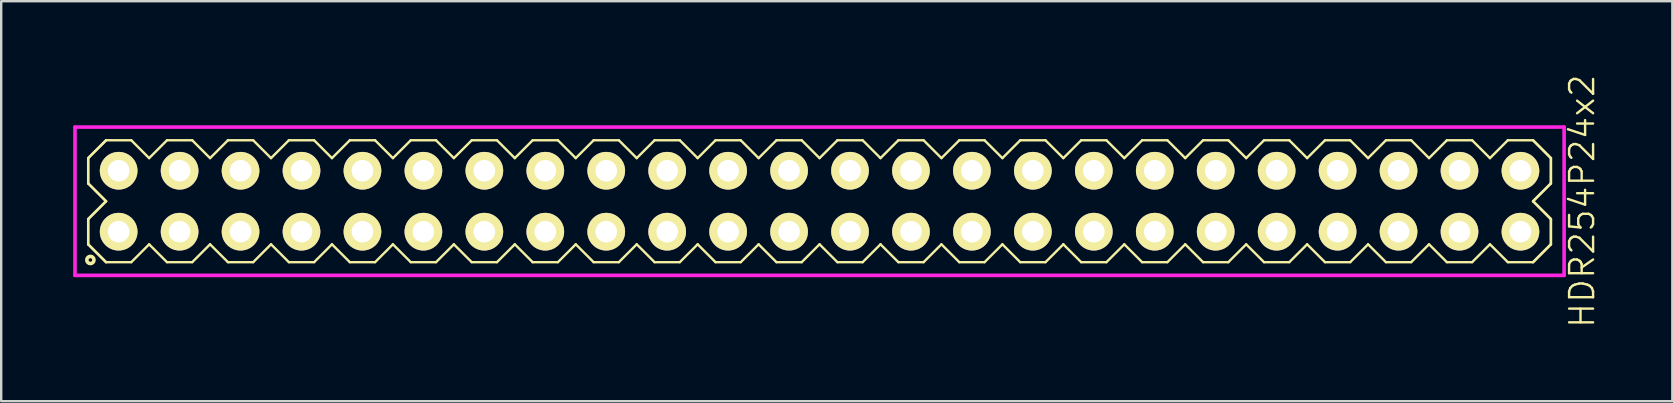
<source format=kicad_pcb>
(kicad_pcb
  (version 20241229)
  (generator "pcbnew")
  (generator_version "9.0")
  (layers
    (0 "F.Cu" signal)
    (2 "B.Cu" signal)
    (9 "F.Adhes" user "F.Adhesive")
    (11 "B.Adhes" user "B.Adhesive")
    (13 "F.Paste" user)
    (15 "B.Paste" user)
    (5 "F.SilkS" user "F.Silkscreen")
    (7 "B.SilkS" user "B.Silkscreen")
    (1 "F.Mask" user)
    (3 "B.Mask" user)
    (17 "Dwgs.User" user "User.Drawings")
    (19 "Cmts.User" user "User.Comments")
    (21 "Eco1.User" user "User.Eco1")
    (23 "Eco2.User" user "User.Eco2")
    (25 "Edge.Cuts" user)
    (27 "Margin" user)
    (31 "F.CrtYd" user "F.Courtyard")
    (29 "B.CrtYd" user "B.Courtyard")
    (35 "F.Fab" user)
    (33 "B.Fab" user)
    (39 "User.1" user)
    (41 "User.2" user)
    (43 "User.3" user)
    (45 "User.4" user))
  (footprint "HDR254P24x2"
    (layer "F.Cu")
    (at 31.105 5.336)
    (property "Reference" "HDR254P24x2" (at 31.78 0 90) (layer "F.SilkS") (effects (font (size 1 1) (thickness 0.1))))
    (attr through_hole)
    (fp_line (start -30.48 -1.796) (end -29.736 -2.54) (stroke (width 0.1) (type solid)) (layer "F.SilkS"))
    (fp_line (start -30.48 -1.796) (end -29.736 -2.54) (stroke (width 0.1) (type solid)) (layer "F.SilkS"))
    (fp_line (start -30.48 -0.744) (end -30.48 -1.796) (stroke (width 0.1) (type solid)) (layer "F.SilkS"))
    (fp_line (start -30.48 -0.744) (end -30.48 -1.796) (stroke (width 0.1) (type solid)) (layer "F.SilkS"))
    (fp_line (start -30.48 0.744) (end -29.736 0) (stroke (width 0.1) (type solid)) (layer "F.SilkS"))
    (fp_line (start -30.48 0.744) (end -29.736 0) (stroke (width 0.1) (type solid)) (layer "F.SilkS"))
    (fp_line (start -30.48 1.796) (end -30.48 0.744) (stroke (width 0.1) (type solid)) (layer "F.SilkS"))
    (fp_line (start -30.48 1.796) (end -30.48 0.744) (stroke (width 0.1) (type solid)) (layer "F.SilkS"))
    (fp_line (start -29.736 -2.54) (end -28.684 -2.54) (stroke (width 0.1) (type solid)) (layer "F.SilkS"))
    (fp_line (start -29.736 0) (end -30.48 -0.744) (stroke (width 0.1) (type solid)) (layer "F.SilkS"))
    (fp_line (start -29.736 0) (end -30.48 -0.744) (stroke (width 0.1) (type solid)) (layer "F.SilkS"))
    (fp_line (start -29.736 2.54) (end -30.48 1.796) (stroke (width 0.1) (type solid)) (layer "F.SilkS"))
    (fp_line (start -29.736 2.54) (end -30.48 1.796) (stroke (width 0.1) (type solid)) (layer "F.SilkS"))
    (fp_line (start -28.684 -2.54) (end -27.94 -1.796) (stroke (width 0.1) (type solid)) (layer "F.SilkS"))
    (fp_line (start -28.684 2.54) (end -29.736 2.54) (stroke (width 0.1) (type solid)) (layer "F.SilkS"))
    (fp_line (start -27.94 -1.796) (end -27.196 -2.54) (stroke (width 0.1) (type solid)) (layer "F.SilkS"))
    (fp_line (start -27.94 1.796) (end -28.684 2.54) (stroke (width 0.1) (type solid)) (layer "F.SilkS"))
    (fp_line (start -27.196 -2.54) (end -26.144 -2.54) (stroke (width 0.1) (type solid)) (layer "F.SilkS"))
    (fp_line (start -27.196 2.54) (end -27.94 1.796) (stroke (width 0.1) (type solid)) (layer "F.SilkS"))
    (fp_line (start -26.144 -2.54) (end -25.4 -1.796) (stroke (width 0.1) (type solid)) (layer "F.SilkS"))
    (fp_line (start -26.144 2.54) (end -27.196 2.54) (stroke (width 0.1) (type solid)) (layer "F.SilkS"))
    (fp_line (start -25.4 -1.796) (end -24.656 -2.54) (stroke (width 0.1) (type solid)) (layer "F.SilkS"))
    (fp_line (start -25.4 1.796) (end -26.144 2.54) (stroke (width 0.1) (type solid)) (layer "F.SilkS"))
    (fp_line (start -24.656 -2.54) (end -23.604 -2.54) (stroke (width 0.1) (type solid)) (layer "F.SilkS"))
    (fp_line (start -24.656 2.54) (end -25.4 1.796) (stroke (width 0.1) (type solid)) (layer "F.SilkS"))
    (fp_line (start -23.604 -2.54) (end -22.86 -1.796) (stroke (width 0.1) (type solid)) (layer "F.SilkS"))
    (fp_line (start -23.604 2.54) (end -24.656 2.54) (stroke (width 0.1) (type solid)) (layer "F.SilkS"))
    (fp_line (start -22.86 -1.796) (end -22.116 -2.54) (stroke (width 0.1) (type solid)) (layer "F.SilkS"))
    (fp_line (start -22.86 1.796) (end -23.604 2.54) (stroke (width 0.1) (type solid)) (layer "F.SilkS"))
    (fp_line (start -22.116 -2.54) (end -21.064 -2.54) (stroke (width 0.1) (type solid)) (layer "F.SilkS"))
    (fp_line (start -22.116 2.54) (end -22.86 1.796) (stroke (width 0.1) (type solid)) (layer "F.SilkS"))
    (fp_line (start -21.064 -2.54) (end -20.32 -1.796) (stroke (width 0.1) (type solid)) (layer "F.SilkS"))
    (fp_line (start -21.064 2.54) (end -22.116 2.54) (stroke (width 0.1) (type solid)) (layer "F.SilkS"))
    (fp_line (start -20.32 -1.796) (end -19.576 -2.54) (stroke (width 0.1) (type solid)) (layer "F.SilkS"))
    (fp_line (start -20.32 1.796) (end -21.064 2.54) (stroke (width 0.1) (type solid)) (layer "F.SilkS"))
    (fp_line (start -19.576 -2.54) (end -18.524 -2.54) (stroke (width 0.1) (type solid)) (layer "F.SilkS"))
    (fp_line (start -19.576 2.54) (end -20.32 1.796) (stroke (width 0.1) (type solid)) (layer "F.SilkS"))
    (fp_line (start -18.524 -2.54) (end -17.78 -1.796) (stroke (width 0.1) (type solid)) (layer "F.SilkS"))
    (fp_line (start -18.524 2.54) (end -19.576 2.54) (stroke (width 0.1) (type solid)) (layer "F.SilkS"))
    (fp_line (start -17.78 -1.796) (end -17.036 -2.54) (stroke (width 0.1) (type solid)) (layer "F.SilkS"))
    (fp_line (start -17.78 1.796) (end -18.524 2.54) (stroke (width 0.1) (type solid)) (layer "F.SilkS"))
    (fp_line (start -17.036 -2.54) (end -15.984 -2.54) (stroke (width 0.1) (type solid)) (layer "F.SilkS"))
    (fp_line (start -17.036 2.54) (end -17.78 1.796) (stroke (width 0.1) (type solid)) (layer "F.SilkS"))
    (fp_line (start -15.984 -2.54) (end -15.24 -1.796) (stroke (width 0.1) (type solid)) (layer "F.SilkS"))
    (fp_line (start -15.984 2.54) (end -17.036 2.54) (stroke (width 0.1) (type solid)) (layer "F.SilkS"))
    (fp_line (start -15.24 -1.796) (end -14.496 -2.54) (stroke (width 0.1) (type solid)) (layer "F.SilkS"))
    (fp_line (start -15.24 1.796) (end -15.984 2.54) (stroke (width 0.1) (type solid)) (layer "F.SilkS"))
    (fp_line (start -14.496 -2.54) (end -13.444 -2.54) (stroke (width 0.1) (type solid)) (layer "F.SilkS"))
    (fp_line (start -14.496 2.54) (end -15.24 1.796) (stroke (width 0.1) (type solid)) (layer "F.SilkS"))
    (fp_line (start -13.444 -2.54) (end -12.7 -1.796) (stroke (width 0.1) (type solid)) (layer "F.SilkS"))
    (fp_line (start -13.444 2.54) (end -14.496 2.54) (stroke (width 0.1) (type solid)) (layer "F.SilkS"))
    (fp_line (start -12.7 -1.796) (end -11.956 -2.54) (stroke (width 0.1) (type solid)) (layer "F.SilkS"))
    (fp_line (start -12.7 1.796) (end -13.444 2.54) (stroke (width 0.1) (type solid)) (layer "F.SilkS"))
    (fp_line (start -11.956 -2.54) (end -10.904 -2.54) (stroke (width 0.1) (type solid)) (layer "F.SilkS"))
    (fp_line (start -11.956 2.54) (end -12.7 1.796) (stroke (width 0.1) (type solid)) (layer "F.SilkS"))
    (fp_line (start -10.904 -2.54) (end -10.16 -1.796) (stroke (width 0.1) (type solid)) (layer "F.SilkS"))
    (fp_line (start -10.904 2.54) (end -11.956 2.54) (stroke (width 0.1) (type solid)) (layer "F.SilkS"))
    (fp_line (start -10.16 -1.796) (end -9.416 -2.54) (stroke (width 0.1) (type solid)) (layer "F.SilkS"))
    (fp_line (start -10.16 1.796) (end -10.904 2.54) (stroke (width 0.1) (type solid)) (layer "F.SilkS"))
    (fp_line (start -9.416 -2.54) (end -8.364 -2.54) (stroke (width 0.1) (type solid)) (layer "F.SilkS"))
    (fp_line (start -9.416 2.54) (end -10.16 1.796) (stroke (width 0.1) (type solid)) (layer "F.SilkS"))
    (fp_line (start -8.364 -2.54) (end -7.62 -1.796) (stroke (width 0.1) (type solid)) (layer "F.SilkS"))
    (fp_line (start -8.364 2.54) (end -9.416 2.54) (stroke (width 0.1) (type solid)) (layer "F.SilkS"))
    (fp_line (start -7.62 -1.796) (end -6.876 -2.54) (stroke (width 0.1) (type solid)) (layer "F.SilkS"))
    (fp_line (start -7.62 1.796) (end -8.364 2.54) (stroke (width 0.1) (type solid)) (layer "F.SilkS"))
    (fp_line (start -6.876 -2.54) (end -5.824 -2.54) (stroke (width 0.1) (type solid)) (layer "F.SilkS"))
    (fp_line (start -6.876 2.54) (end -7.62 1.796) (stroke (width 0.1) (type solid)) (layer "F.SilkS"))
    (fp_line (start -5.824 -2.54) (end -5.08 -1.796) (stroke (width 0.1) (type solid)) (layer "F.SilkS"))
    (fp_line (start -5.824 2.54) (end -6.876 2.54) (stroke (width 0.1) (type solid)) (layer "F.SilkS"))
    (fp_line (start -5.08 -1.796) (end -4.336 -2.54) (stroke (width 0.1) (type solid)) (layer "F.SilkS"))
    (fp_line (start -5.08 1.796) (end -5.824 2.54) (stroke (width 0.1) (type solid)) (layer "F.SilkS"))
    (fp_line (start -4.336 -2.54) (end -3.284 -2.54) (stroke (width 0.1) (type solid)) (layer "F.SilkS"))
    (fp_line (start -4.336 2.54) (end -5.08 1.796) (stroke (width 0.1) (type solid)) (layer "F.SilkS"))
    (fp_line (start -3.284 -2.54) (end -2.54 -1.796) (stroke (width 0.1) (type solid)) (layer "F.SilkS"))
    (fp_line (start -3.284 2.54) (end -4.336 2.54) (stroke (width 0.1) (type solid)) (layer "F.SilkS"))
    (fp_line (start -2.54 -1.796) (end -1.796 -2.54) (stroke (width 0.1) (type solid)) (layer "F.SilkS"))
    (fp_line (start -2.54 1.796) (end -3.284 2.54) (stroke (width 0.1) (type solid)) (layer "F.SilkS"))
    (fp_line (start -1.796 -2.54) (end -0.744 -2.54) (stroke (width 0.1) (type solid)) (layer "F.SilkS"))
    (fp_line (start -1.796 2.54) (end -2.54 1.796) (stroke (width 0.1) (type solid)) (layer "F.SilkS"))
    (fp_line (start -0.744 -2.54) (end 0 -1.796) (stroke (width 0.1) (type solid)) (layer "F.SilkS"))
    (fp_line (start -0.744 2.54) (end -1.796 2.54) (stroke (width 0.1) (type solid)) (layer "F.SilkS"))
    (fp_line (start 0 -1.796) (end 0.744 -2.54) (stroke (width 0.1) (type solid)) (layer "F.SilkS"))
    (fp_line (start 0 1.796) (end -0.744 2.54) (stroke (width 0.1) (type solid)) (layer "F.SilkS"))
    (fp_line (start 0.744 -2.54) (end 1.796 -2.54) (stroke (width 0.1) (type solid)) (layer "F.SilkS"))
    (fp_line (start 0.744 2.54) (end 0 1.796) (stroke (width 0.1) (type solid)) (layer "F.SilkS"))
    (fp_line (start 1.796 -2.54) (end 2.54 -1.796) (stroke (width 0.1) (type solid)) (layer "F.SilkS"))
    (fp_line (start 1.796 2.54) (end 0.744 2.54) (stroke (width 0.1) (type solid)) (layer "F.SilkS"))
    (fp_line (start 2.54 -1.796) (end 3.284 -2.54) (stroke (width 0.1) (type solid)) (layer "F.SilkS"))
    (fp_line (start 2.54 1.796) (end 1.796 2.54) (stroke (width 0.1) (type solid)) (layer "F.SilkS"))
    (fp_line (start 3.284 -2.54) (end 4.336 -2.54) (stroke (width 0.1) (type solid)) (layer "F.SilkS"))
    (fp_line (start 3.284 2.54) (end 2.54 1.796) (stroke (width 0.1) (type solid)) (layer "F.SilkS"))
    (fp_line (start 4.336 -2.54) (end 5.08 -1.796) (stroke (width 0.1) (type solid)) (layer "F.SilkS"))
    (fp_line (start 4.336 2.54) (end 3.284 2.54) (stroke (width 0.1) (type solid)) (layer "F.SilkS"))
    (fp_line (start 5.08 -1.796) (end 5.824 -2.54) (stroke (width 0.1) (type solid)) (layer "F.SilkS"))
    (fp_line (start 5.08 1.796) (end 4.336 2.54) (stroke (width 0.1) (type solid)) (layer "F.SilkS"))
    (fp_line (start 5.824 -2.54) (end 6.876 -2.54) (stroke (width 0.1) (type solid)) (layer "F.SilkS"))
    (fp_line (start 5.824 2.54) (end 5.08 1.796) (stroke (width 0.1) (type solid)) (layer "F.SilkS"))
    (fp_line (start 6.876 -2.54) (end 7.62 -1.796) (stroke (width 0.1) (type solid)) (layer "F.SilkS"))
    (fp_line (start 6.876 2.54) (end 5.824 2.54) (stroke (width 0.1) (type solid)) (layer "F.SilkS"))
    (fp_line (start 7.62 -1.796) (end 8.364 -2.54) (stroke (width 0.1) (type solid)) (layer "F.SilkS"))
    (fp_line (start 7.62 1.796) (end 6.876 2.54) (stroke (width 0.1) (type solid)) (layer "F.SilkS"))
    (fp_line (start 8.364 -2.54) (end 9.416 -2.54) (stroke (width 0.1) (type solid)) (layer "F.SilkS"))
    (fp_line (start 8.364 2.54) (end 7.62 1.796) (stroke (width 0.1) (type solid)) (layer "F.SilkS"))
    (fp_line (start 9.416 -2.54) (end 10.16 -1.796) (stroke (width 0.1) (type solid)) (layer "F.SilkS"))
    (fp_line (start 9.416 2.54) (end 8.364 2.54) (stroke (width 0.1) (type solid)) (layer "F.SilkS"))
    (fp_line (start 10.16 -1.796) (end 10.904 -2.54) (stroke (width 0.1) (type solid)) (layer "F.SilkS"))
    (fp_line (start 10.16 1.796) (end 9.416 2.54) (stroke (width 0.1) (type solid)) (layer "F.SilkS"))
    (fp_line (start 10.904 -2.54) (end 11.956 -2.54) (stroke (width 0.1) (type solid)) (layer "F.SilkS"))
    (fp_line (start 10.904 2.54) (end 10.16 1.796) (stroke (width 0.1) (type solid)) (layer "F.SilkS"))
    (fp_line (start 11.956 -2.54) (end 12.7 -1.796) (stroke (width 0.1) (type solid)) (layer "F.SilkS"))
    (fp_line (start 11.956 2.54) (end 10.904 2.54) (stroke (width 0.1) (type solid)) (layer "F.SilkS"))
    (fp_line (start 12.7 -1.796) (end 13.444 -2.54) (stroke (width 0.1) (type solid)) (layer "F.SilkS"))
    (fp_line (start 12.7 1.796) (end 11.956 2.54) (stroke (width 0.1) (type solid)) (layer "F.SilkS"))
    (fp_line (start 13.444 -2.54) (end 14.496 -2.54) (stroke (width 0.1) (type solid)) (layer "F.SilkS"))
    (fp_line (start 13.444 2.54) (end 12.7 1.796) (stroke (width 0.1) (type solid)) (layer "F.SilkS"))
    (fp_line (start 14.496 -2.54) (end 15.24 -1.796) (stroke (width 0.1) (type solid)) (layer "F.SilkS"))
    (fp_line (start 14.496 2.54) (end 13.444 2.54) (stroke (width 0.1) (type solid)) (layer "F.SilkS"))
    (fp_line (start 15.24 -1.796) (end 15.984 -2.54) (stroke (width 0.1) (type solid)) (layer "F.SilkS"))
    (fp_line (start 15.24 1.796) (end 14.496 2.54) (stroke (width 0.1) (type solid)) (layer "F.SilkS"))
    (fp_line (start 15.984 -2.54) (end 17.036 -2.54) (stroke (width 0.1) (type solid)) (layer "F.SilkS"))
    (fp_line (start 15.984 2.54) (end 15.24 1.796) (stroke (width 0.1) (type solid)) (layer "F.SilkS"))
    (fp_line (start 17.036 -2.54) (end 17.78 -1.796) (stroke (width 0.1) (type solid)) (layer "F.SilkS"))
    (fp_line (start 17.036 2.54) (end 15.984 2.54) (stroke (width 0.1) (type solid)) (layer "F.SilkS"))
    (fp_line (start 17.78 -1.796) (end 18.524 -2.54) (stroke (width 0.1) (type solid)) (layer "F.SilkS"))
    (fp_line (start 17.78 1.796) (end 17.036 2.54) (stroke (width 0.1) (type solid)) (layer "F.SilkS"))
    (fp_line (start 18.524 -2.54) (end 19.576 -2.54) (stroke (width 0.1) (type solid)) (layer "F.SilkS"))
    (fp_line (start 18.524 2.54) (end 17.78 1.796) (stroke (width 0.1) (type solid)) (layer "F.SilkS"))
    (fp_line (start 19.576 -2.54) (end 20.32 -1.796) (stroke (width 0.1) (type solid)) (layer "F.SilkS"))
    (fp_line (start 19.576 2.54) (end 18.524 2.54) (stroke (width 0.1) (type solid)) (layer "F.SilkS"))
    (fp_line (start 20.32 -1.796) (end 21.064 -2.54) (stroke (width 0.1) (type solid)) (layer "F.SilkS"))
    (fp_line (start 20.32 1.796) (end 19.576 2.54) (stroke (width 0.1) (type solid)) (layer "F.SilkS"))
    (fp_line (start 21.064 -2.54) (end 22.116 -2.54) (stroke (width 0.1) (type solid)) (layer "F.SilkS"))
    (fp_line (start 21.064 2.54) (end 20.32 1.796) (stroke (width 0.1) (type solid)) (layer "F.SilkS"))
    (fp_line (start 22.116 -2.54) (end 22.86 -1.796) (stroke (width 0.1) (type solid)) (layer "F.SilkS"))
    (fp_line (start 22.116 2.54) (end 21.064 2.54) (stroke (width 0.1) (type solid)) (layer "F.SilkS"))
    (fp_line (start 22.86 -1.796) (end 23.604 -2.54) (stroke (width 0.1) (type solid)) (layer "F.SilkS"))
    (fp_line (start 22.86 1.796) (end 22.116 2.54) (stroke (width 0.1) (type solid)) (layer "F.SilkS"))
    (fp_line (start 23.604 -2.54) (end 24.656 -2.54) (stroke (width 0.1) (type solid)) (layer "F.SilkS"))
    (fp_line (start 23.604 2.54) (end 22.86 1.796) (stroke (width 0.1) (type solid)) (layer "F.SilkS"))
    (fp_line (start 24.656 -2.54) (end 25.4 -1.796) (stroke (width 0.1) (type solid)) (layer "F.SilkS"))
    (fp_line (start 24.656 2.54) (end 23.604 2.54) (stroke (width 0.1) (type solid)) (layer "F.SilkS"))
    (fp_line (start 25.4 -1.796) (end 26.144 -2.54) (stroke (width 0.1) (type solid)) (layer "F.SilkS"))
    (fp_line (start 25.4 1.796) (end 24.656 2.54) (stroke (width 0.1) (type solid)) (layer "F.SilkS"))
    (fp_line (start 26.144 -2.54) (end 27.196 -2.54) (stroke (width 0.1) (type solid)) (layer "F.SilkS"))
    (fp_line (start 26.144 2.54) (end 25.4 1.796) (stroke (width 0.1) (type solid)) (layer "F.SilkS"))
    (fp_line (start 27.196 -2.54) (end 27.94 -1.796) (stroke (width 0.1) (type solid)) (layer "F.SilkS"))
    (fp_line (start 27.196 2.54) (end 26.144 2.54) (stroke (width 0.1) (type solid)) (layer "F.SilkS"))
    (fp_line (start 27.94 -1.796) (end 28.684 -2.54) (stroke (width 0.1) (type solid)) (layer "F.SilkS"))
    (fp_line (start 27.94 1.796) (end 27.196 2.54) (stroke (width 0.1) (type solid)) (layer "F.SilkS"))
    (fp_line (start 28.684 -2.54) (end 29.736 -2.54) (stroke (width 0.1) (type solid)) (layer "F.SilkS"))
    (fp_line (start 28.684 2.54) (end 27.94 1.796) (stroke (width 0.1) (type solid)) (layer "F.SilkS"))
    (fp_line (start 29.736 -2.54) (end 30.48 -1.796) (stroke (width 0.1) (type solid)) (layer "F.SilkS"))
    (fp_line (start 29.736 -2.54) (end 30.48 -1.796) (stroke (width 0.1) (type solid)) (layer "F.SilkS"))
    (fp_line (start 29.736 0) (end 30.48 0.744) (stroke (width 0.1) (type solid)) (layer "F.SilkS"))
    (fp_line (start 29.736 0) (end 30.48 0.744) (stroke (width 0.1) (type solid)) (layer "F.SilkS"))
    (fp_line (start 29.736 2.54) (end 28.684 2.54) (stroke (width 0.1) (type solid)) (layer "F.SilkS"))
    (fp_line (start 30.48 -1.796) (end 30.48 -0.744) (stroke (width 0.1) (type solid)) (layer "F.SilkS"))
    (fp_line (start 30.48 -1.796) (end 30.48 -0.744) (stroke (width 0.1) (type solid)) (layer "F.SilkS"))
    (fp_line (start 30.48 -0.744) (end 29.736 0) (stroke (width 0.1) (type solid)) (layer "F.SilkS"))
    (fp_line (start 30.48 -0.744) (end 29.736 0) (stroke (width 0.1) (type solid)) (layer "F.SilkS"))
    (fp_line (start 30.48 0.744) (end 30.48 1.796) (stroke (width 0.1) (type solid)) (layer "F.SilkS"))
    (fp_line (start 30.48 0.744) (end 30.48 1.796) (stroke (width 0.1) (type solid)) (layer "F.SilkS"))
    (fp_line (start 30.48 1.796) (end 29.736 2.54) (stroke (width 0.1) (type solid)) (layer "F.SilkS"))
    (fp_line (start 30.48 1.796) (end 29.736 2.54) (stroke (width 0.1) (type solid)) (layer "F.SilkS"))
    (fp_circle (center -30.388 2.448) (end -30.238 2.448) (stroke (width 0.15) (type solid)) (fill no) (layer "F.SilkS"))
    (fp_line (start -31.03 -3.09) (end -31.03 3.09) (stroke (width 0.15) (type solid)) (layer "F.CrtYd"))
    (fp_line (start -31.03 3.09) (end 31.03 3.09) (stroke (width 0.15) (type solid)) (layer "F.CrtYd"))
    (fp_line (start 31.03 -3.09) (end -31.03 -3.09) (stroke (width 0.15) (type solid)) (layer "F.CrtYd"))
    (fp_line (start 31.03 3.09) (end 31.03 -3.09) (stroke (width 0.15) (type solid)) (layer "F.CrtYd"))
    (pad "1" thru_hole oval (at -29.21 1.27) (size 1.57 1.57) (drill 0.9) (layers "*.Cu" "*.Mask" "F.SilkS"))
    (pad "2" thru_hole oval (at -29.21 -1.27) (size 1.57 1.57) (drill 0.9) (layers "*.Cu" "*.Mask" "F.SilkS"))
    (pad "3" thru_hole oval (at -26.67 1.27) (size 1.57 1.57) (drill 0.9) (layers "*.Cu" "*.Mask" "F.SilkS"))
    (pad "4" thru_hole oval (at -26.67 -1.27) (size 1.57 1.57) (drill 0.9) (layers "*.Cu" "*.Mask" "F.SilkS"))
    (pad "5" thru_hole oval (at -24.13 1.27) (size 1.57 1.57) (drill 0.9) (layers "*.Cu" "*.Mask" "F.SilkS"))
    (pad "6" thru_hole oval (at -24.13 -1.27) (size 1.57 1.57) (drill 0.9) (layers "*.Cu" "*.Mask" "F.SilkS"))
    (pad "7" thru_hole oval (at -21.59 1.27) (size 1.57 1.57) (drill 0.9) (layers "*.Cu" "*.Mask" "F.SilkS"))
    (pad "8" thru_hole oval (at -21.59 -1.27) (size 1.57 1.57) (drill 0.9) (layers "*.Cu" "*.Mask" "F.SilkS"))
    (pad "9" thru_hole oval (at -19.05 1.27) (size 1.57 1.57) (drill 0.9) (layers "*.Cu" "*.Mask" "F.SilkS"))
    (pad "10" thru_hole oval (at -19.05 -1.27) (size 1.57 1.57) (drill 0.9) (layers "*.Cu" "*.Mask" "F.SilkS"))
    (pad "11" thru_hole oval (at -16.51 1.27) (size 1.57 1.57) (drill 0.9) (layers "*.Cu" "*.Mask" "F.SilkS"))
    (pad "12" thru_hole oval (at -16.51 -1.27) (size 1.57 1.57) (drill 0.9) (layers "*.Cu" "*.Mask" "F.SilkS"))
    (pad "13" thru_hole oval (at -13.97 1.27) (size 1.57 1.57) (drill 0.9) (layers "*.Cu" "*.Mask" "F.SilkS"))
    (pad "14" thru_hole oval (at -13.97 -1.27) (size 1.57 1.57) (drill 0.9) (layers "*.Cu" "*.Mask" "F.SilkS"))
    (pad "15" thru_hole oval (at -11.43 1.27) (size 1.57 1.57) (drill 0.9) (layers "*.Cu" "*.Mask" "F.SilkS"))
    (pad "16" thru_hole oval (at -11.43 -1.27) (size 1.57 1.57) (drill 0.9) (layers "*.Cu" "*.Mask" "F.SilkS"))
    (pad "17" thru_hole oval (at -8.89 1.27) (size 1.57 1.57) (drill 0.9) (layers "*.Cu" "*.Mask" "F.SilkS"))
    (pad "18" thru_hole oval (at -8.89 -1.27) (size 1.57 1.57) (drill 0.9) (layers "*.Cu" "*.Mask" "F.SilkS"))
    (pad "19" thru_hole oval (at -6.35 1.27) (size 1.57 1.57) (drill 0.9) (layers "*.Cu" "*.Mask" "F.SilkS"))
    (pad "20" thru_hole oval (at -6.35 -1.27) (size 1.57 1.57) (drill 0.9) (layers "*.Cu" "*.Mask" "F.SilkS"))
    (pad "21" thru_hole oval (at -3.81 1.27) (size 1.57 1.57) (drill 0.9) (layers "*.Cu" "*.Mask" "F.SilkS"))
    (pad "22" thru_hole oval (at -3.81 -1.27) (size 1.57 1.57) (drill 0.9) (layers "*.Cu" "*.Mask" "F.SilkS"))
    (pad "23" thru_hole oval (at -1.27 1.27) (size 1.57 1.57) (drill 0.9) (layers "*.Cu" "*.Mask" "F.SilkS"))
    (pad "24" thru_hole oval (at -1.27 -1.27) (size 1.57 1.57) (drill 0.9) (layers "*.Cu" "*.Mask" "F.SilkS"))
    (pad "25" thru_hole oval (at 1.27 1.27) (size 1.57 1.57) (drill 0.9) (layers "*.Cu" "*.Mask" "F.SilkS"))
    (pad "26" thru_hole oval (at 1.27 -1.27) (size 1.57 1.57) (drill 0.9) (layers "*.Cu" "*.Mask" "F.SilkS"))
    (pad "27" thru_hole oval (at 3.81 1.27) (size 1.57 1.57) (drill 0.9) (layers "*.Cu" "*.Mask" "F.SilkS"))
    (pad "28" thru_hole oval (at 3.81 -1.27) (size 1.57 1.57) (drill 0.9) (layers "*.Cu" "*.Mask" "F.SilkS"))
    (pad "29" thru_hole oval (at 6.35 1.27) (size 1.57 1.57) (drill 0.9) (layers "*.Cu" "*.Mask" "F.SilkS"))
    (pad "30" thru_hole oval (at 6.35 -1.27) (size 1.57 1.57) (drill 0.9) (layers "*.Cu" "*.Mask" "F.SilkS"))
    (pad "31" thru_hole oval (at 8.89 1.27) (size 1.57 1.57) (drill 0.9) (layers "*.Cu" "*.Mask" "F.SilkS"))
    (pad "32" thru_hole oval (at 8.89 -1.27) (size 1.57 1.57) (drill 0.9) (layers "*.Cu" "*.Mask" "F.SilkS"))
    (pad "33" thru_hole oval (at 11.43 1.27) (size 1.57 1.57) (drill 0.9) (layers "*.Cu" "*.Mask" "F.SilkS"))
    (pad "34" thru_hole oval (at 11.43 -1.27) (size 1.57 1.57) (drill 0.9) (layers "*.Cu" "*.Mask" "F.SilkS"))
    (pad "35" thru_hole oval (at 13.97 1.27) (size 1.57 1.57) (drill 0.9) (layers "*.Cu" "*.Mask" "F.SilkS"))
    (pad "36" thru_hole oval (at 13.97 -1.27) (size 1.57 1.57) (drill 0.9) (layers "*.Cu" "*.Mask" "F.SilkS"))
    (pad "37" thru_hole oval (at 16.51 1.27) (size 1.57 1.57) (drill 0.9) (layers "*.Cu" "*.Mask" "F.SilkS"))
    (pad "38" thru_hole oval (at 16.51 -1.27) (size 1.57 1.57) (drill 0.9) (layers "*.Cu" "*.Mask" "F.SilkS"))
    (pad "39" thru_hole oval (at 19.05 1.27) (size 1.57 1.57) (drill 0.9) (layers "*.Cu" "*.Mask" "F.SilkS"))
    (pad "40" thru_hole oval (at 19.05 -1.27) (size 1.57 1.57) (drill 0.9) (layers "*.Cu" "*.Mask" "F.SilkS"))
    (pad "41" thru_hole oval (at 21.59 1.27) (size 1.57 1.57) (drill 0.9) (layers "*.Cu" "*.Mask" "F.SilkS"))
    (pad "42" thru_hole oval (at 21.59 -1.27) (size 1.57 1.57) (drill 0.9) (layers "*.Cu" "*.Mask" "F.SilkS"))
    (pad "43" thru_hole oval (at 24.13 1.27) (size 1.57 1.57) (drill 0.9) (layers "*.Cu" "*.Mask" "F.SilkS"))
    (pad "44" thru_hole oval (at 24.13 -1.27) (size 1.57 1.57) (drill 0.9) (layers "*.Cu" "*.Mask" "F.SilkS"))
    (pad "45" thru_hole oval (at 26.67 1.27) (size 1.57 1.57) (drill 0.9) (layers "*.Cu" "*.Mask" "F.SilkS"))
    (pad "46" thru_hole oval (at 26.67 -1.27) (size 1.57 1.57) (drill 0.9) (layers "*.Cu" "*.Mask" "F.SilkS"))
    (pad "47" thru_hole oval (at 29.21 1.27) (size 1.57 1.57) (drill 0.9) (layers "*.Cu" "*.Mask" "F.SilkS"))
    (pad "48" thru_hole oval (at 29.21 -1.27) (size 1.57 1.57) (drill 0.9) (layers "*.Cu" "*.Mask" "F.SilkS")))
  (gr_rect
    (start -3 -3)
    (end 66.645 13.671)
    (stroke (width 0.1) (type default))
    (fill no)
    (layer "Edge.Cuts")))
</source>
